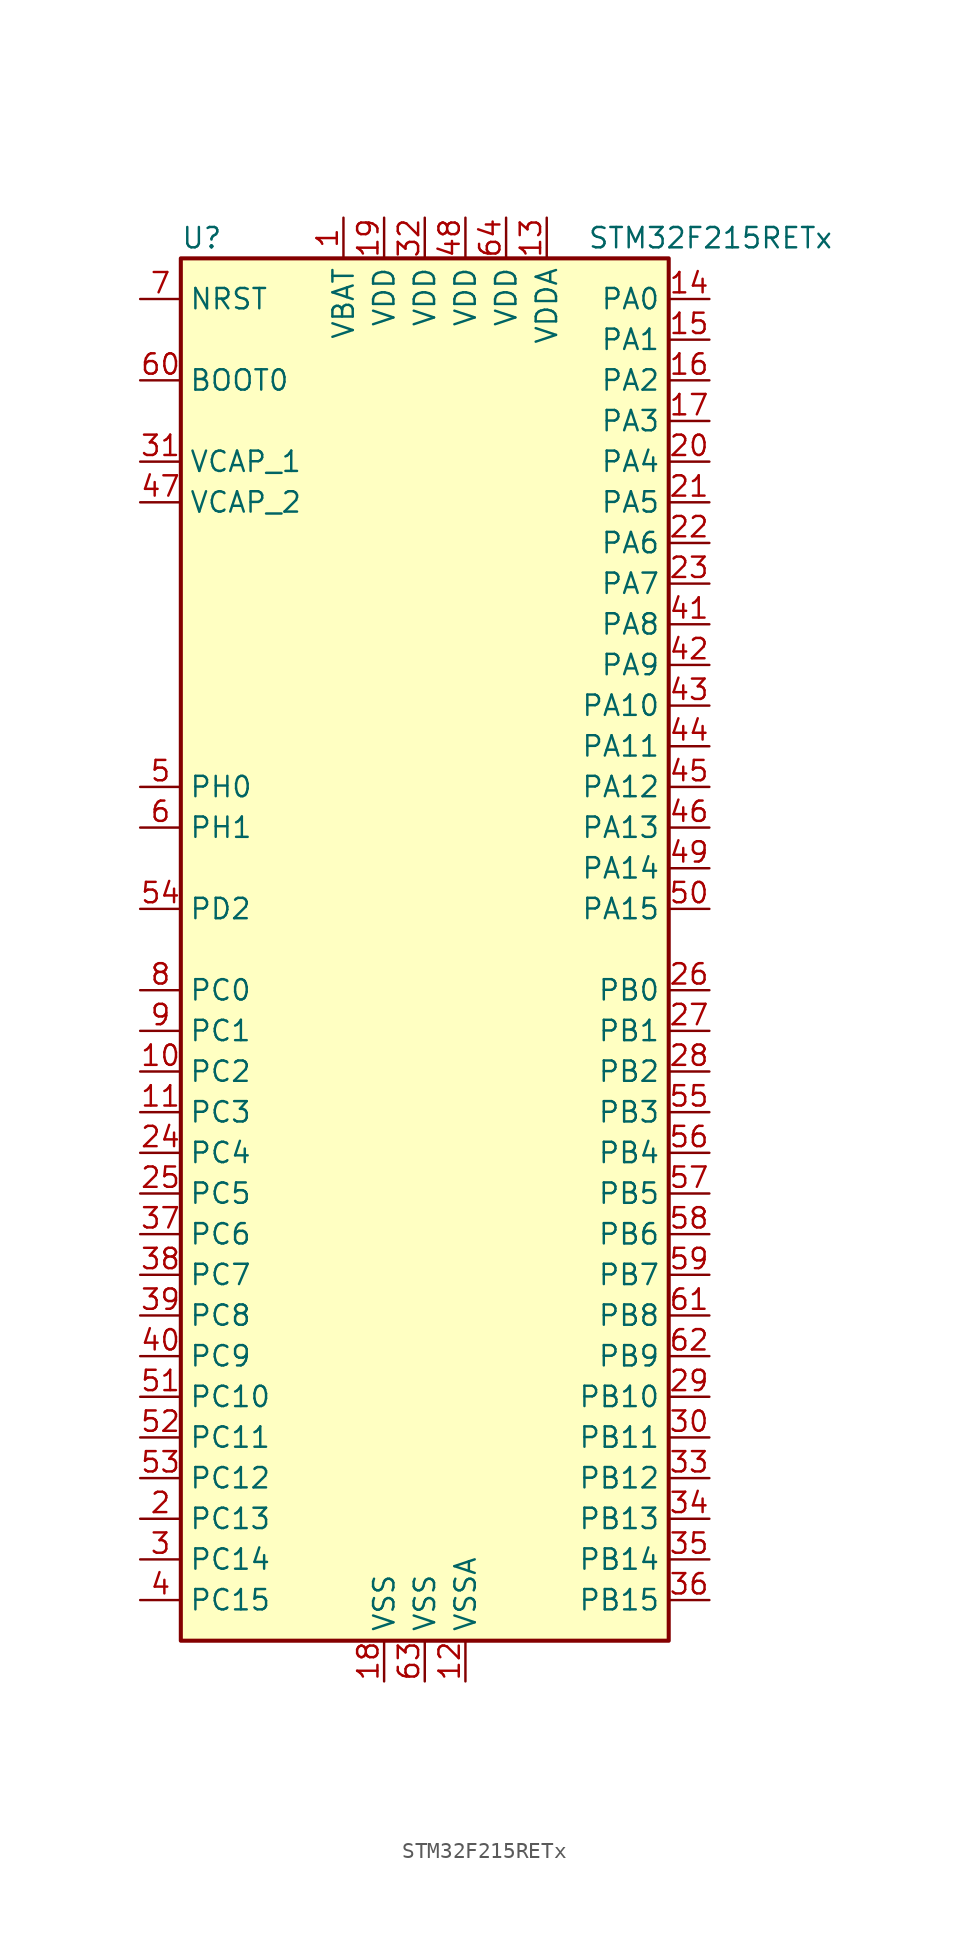
<source format=kicad_sym>
(kicad_symbol_lib
  (version 20201005)
  (generator kicad_symbol_editor)
  (symbol "STM32F215RETx"
    (property "Reference" "U"
      (at -15.24 44.45 0)
      (effects (font (size 1.27 1.27)) (justify left)))
    (property "Value" "STM32F215RETx"
      (at 10.16 44.45 0)
      (effects (font (size 1.27 1.27)) (justify left)))
    (symbol "STM32F215RETx_0_1"
      (rectangle (start -15.24 -43.18) (end 15.24 43.18) (stroke (width 0.254)) (fill (type background))))
    (symbol "STM32F215RETx_1_1"
      (pin power_in line (at -5.08 45.72 270) (length 2.54) (name "VBAT" (effects (font (size 1.27 1.27)))) (number "1" (effects (font (size 1.27 1.27)))))
      (pin bidirectional line (at -17.78 -7.62 0) (length 2.54) (name "PC2" (effects (font (size 1.27 1.27)))) (number "10" (effects (font (size 1.27 1.27)))))
      (pin bidirectional line (at -17.78 -10.16 0) (length 2.54) (name "PC3" (effects (font (size 1.27 1.27)))) (number "11" (effects (font (size 1.27 1.27)))))
      (pin power_in line (at 2.54 -45.72 90) (length 2.54) (name "VSSA" (effects (font (size 1.27 1.27)))) (number "12" (effects (font (size 1.27 1.27)))))
      (pin power_in line (at 7.62 45.72 270) (length 2.54) (name "VDDA" (effects (font (size 1.27 1.27)))) (number "13" (effects (font (size 1.27 1.27)))))
      (pin bidirectional line (at 17.78 40.64 180) (length 2.54) (name "PA0" (effects (font (size 1.27 1.27)))) (number "14" (effects (font (size 1.27 1.27)))))
      (pin bidirectional line (at 17.78 38.1 180) (length 2.54) (name "PA1" (effects (font (size 1.27 1.27)))) (number "15" (effects (font (size 1.27 1.27)))))
      (pin bidirectional line (at 17.78 35.56 180) (length 2.54) (name "PA2" (effects (font (size 1.27 1.27)))) (number "16" (effects (font (size 1.27 1.27)))))
      (pin bidirectional line (at 17.78 33.02 180) (length 2.54) (name "PA3" (effects (font (size 1.27 1.27)))) (number "17" (effects (font (size 1.27 1.27)))))
      (pin power_in line (at -2.54 -45.72 90) (length 2.54) (name "VSS" (effects (font (size 1.27 1.27)))) (number "18" (effects (font (size 1.27 1.27)))))
      (pin power_in line (at -2.54 45.72 270) (length 2.54) (name "VDD" (effects (font (size 1.27 1.27)))) (number "19" (effects (font (size 1.27 1.27)))))
      (pin bidirectional line (at -17.78 -35.56 0) (length 2.54) (name "PC13" (effects (font (size 1.27 1.27)))) (number "2" (effects (font (size 1.27 1.27)))))
      (pin bidirectional line (at 17.78 30.48 180) (length 2.54) (name "PA4" (effects (font (size 1.27 1.27)))) (number "20" (effects (font (size 1.27 1.27)))))
      (pin bidirectional line (at 17.78 27.94 180) (length 2.54) (name "PA5" (effects (font (size 1.27 1.27)))) (number "21" (effects (font (size 1.27 1.27)))))
      (pin bidirectional line (at 17.78 25.4 180) (length 2.54) (name "PA6" (effects (font (size 1.27 1.27)))) (number "22" (effects (font (size 1.27 1.27)))))
      (pin bidirectional line (at 17.78 22.86 180) (length 2.54) (name "PA7" (effects (font (size 1.27 1.27)))) (number "23" (effects (font (size 1.27 1.27)))))
      (pin bidirectional line (at -17.78 -12.7 0) (length 2.54) (name "PC4" (effects (font (size 1.27 1.27)))) (number "24" (effects (font (size 1.27 1.27)))))
      (pin bidirectional line (at -17.78 -15.24 0) (length 2.54) (name "PC5" (effects (font (size 1.27 1.27)))) (number "25" (effects (font (size 1.27 1.27)))))
      (pin bidirectional line (at 17.78 -2.54 180) (length 2.54) (name "PB0" (effects (font (size 1.27 1.27)))) (number "26" (effects (font (size 1.27 1.27)))))
      (pin bidirectional line (at 17.78 -5.08 180) (length 2.54) (name "PB1" (effects (font (size 1.27 1.27)))) (number "27" (effects (font (size 1.27 1.27)))))
      (pin bidirectional line (at 17.78 -7.62 180) (length 2.54) (name "PB2" (effects (font (size 1.27 1.27)))) (number "28" (effects (font (size 1.27 1.27)))))
      (pin bidirectional line (at 17.78 -27.94 180) (length 2.54) (name "PB10" (effects (font (size 1.27 1.27)))) (number "29" (effects (font (size 1.27 1.27)))))
      (pin bidirectional line (at -17.78 -38.1 0) (length 2.54) (name "PC14" (effects (font (size 1.27 1.27)))) (number "3" (effects (font (size 1.27 1.27)))))
      (pin bidirectional line (at 17.78 -30.48 180) (length 2.54) (name "PB11" (effects (font (size 1.27 1.27)))) (number "30" (effects (font (size 1.27 1.27)))))
      (pin power_in line (at -17.78 30.48 0) (length 2.54) (name "VCAP_1" (effects (font (size 1.27 1.27)))) (number "31" (effects (font (size 1.27 1.27)))))
      (pin power_in line (at 0 45.72 270) (length 2.54) (name "VDD" (effects (font (size 1.27 1.27)))) (number "32" (effects (font (size 1.27 1.27)))))
      (pin bidirectional line (at 17.78 -33.02 180) (length 2.54) (name "PB12" (effects (font (size 1.27 1.27)))) (number "33" (effects (font (size 1.27 1.27)))))
      (pin bidirectional line (at 17.78 -35.56 180) (length 2.54) (name "PB13" (effects (font (size 1.27 1.27)))) (number "34" (effects (font (size 1.27 1.27)))))
      (pin bidirectional line (at 17.78 -38.1 180) (length 2.54) (name "PB14" (effects (font (size 1.27 1.27)))) (number "35" (effects (font (size 1.27 1.27)))))
      (pin bidirectional line (at 17.78 -40.64 180) (length 2.54) (name "PB15" (effects (font (size 1.27 1.27)))) (number "36" (effects (font (size 1.27 1.27)))))
      (pin bidirectional line (at -17.78 -17.78 0) (length 2.54) (name "PC6" (effects (font (size 1.27 1.27)))) (number "37" (effects (font (size 1.27 1.27)))))
      (pin bidirectional line (at -17.78 -20.32 0) (length 2.54) (name "PC7" (effects (font (size 1.27 1.27)))) (number "38" (effects (font (size 1.27 1.27)))))
      (pin bidirectional line (at -17.78 -22.86 0) (length 2.54) (name "PC8" (effects (font (size 1.27 1.27)))) (number "39" (effects (font (size 1.27 1.27)))))
      (pin bidirectional line (at -17.78 -40.64 0) (length 2.54) (name "PC15" (effects (font (size 1.27 1.27)))) (number "4" (effects (font (size 1.27 1.27)))))
      (pin bidirectional line (at -17.78 -25.4 0) (length 2.54) (name "PC9" (effects (font (size 1.27 1.27)))) (number "40" (effects (font (size 1.27 1.27)))))
      (pin bidirectional line (at 17.78 20.32 180) (length 2.54) (name "PA8" (effects (font (size 1.27 1.27)))) (number "41" (effects (font (size 1.27 1.27)))))
      (pin bidirectional line (at 17.78 17.78 180) (length 2.54) (name "PA9" (effects (font (size 1.27 1.27)))) (number "42" (effects (font (size 1.27 1.27)))))
      (pin bidirectional line (at 17.78 15.24 180) (length 2.54) (name "PA10" (effects (font (size 1.27 1.27)))) (number "43" (effects (font (size 1.27 1.27)))))
      (pin bidirectional line (at 17.78 12.7 180) (length 2.54) (name "PA11" (effects (font (size 1.27 1.27)))) (number "44" (effects (font (size 1.27 1.27)))))
      (pin bidirectional line (at 17.78 10.16 180) (length 2.54) (name "PA12" (effects (font (size 1.27 1.27)))) (number "45" (effects (font (size 1.27 1.27)))))
      (pin bidirectional line (at 17.78 7.62 180) (length 2.54) (name "PA13" (effects (font (size 1.27 1.27)))) (number "46" (effects (font (size 1.27 1.27)))))
      (pin power_in line (at -17.78 27.94 0) (length 2.54) (name "VCAP_2" (effects (font (size 1.27 1.27)))) (number "47" (effects (font (size 1.27 1.27)))))
      (pin power_in line (at 2.54 45.72 270) (length 2.54) (name "VDD" (effects (font (size 1.27 1.27)))) (number "48" (effects (font (size 1.27 1.27)))))
      (pin bidirectional line (at 17.78 5.08 180) (length 2.54) (name "PA14" (effects (font (size 1.27 1.27)))) (number "49" (effects (font (size 1.27 1.27)))))
      (pin input line (at -17.78 10.16 0) (length 2.54) (name "PH0" (effects (font (size 1.27 1.27)))) (number "5" (effects (font (size 1.27 1.27)))))
      (pin bidirectional line (at 17.78 2.54 180) (length 2.54) (name "PA15" (effects (font (size 1.27 1.27)))) (number "50" (effects (font (size 1.27 1.27)))))
      (pin bidirectional line (at -17.78 -27.94 0) (length 2.54) (name "PC10" (effects (font (size 1.27 1.27)))) (number "51" (effects (font (size 1.27 1.27)))))
      (pin bidirectional line (at -17.78 -30.48 0) (length 2.54) (name "PC11" (effects (font (size 1.27 1.27)))) (number "52" (effects (font (size 1.27 1.27)))))
      (pin bidirectional line (at -17.78 -33.02 0) (length 2.54) (name "PC12" (effects (font (size 1.27 1.27)))) (number "53" (effects (font (size 1.27 1.27)))))
      (pin bidirectional line (at -17.78 2.54 0) (length 2.54) (name "PD2" (effects (font (size 1.27 1.27)))) (number "54" (effects (font (size 1.27 1.27)))))
      (pin bidirectional line (at 17.78 -10.16 180) (length 2.54) (name "PB3" (effects (font (size 1.27 1.27)))) (number "55" (effects (font (size 1.27 1.27)))))
      (pin bidirectional line (at 17.78 -12.7 180) (length 2.54) (name "PB4" (effects (font (size 1.27 1.27)))) (number "56" (effects (font (size 1.27 1.27)))))
      (pin bidirectional line (at 17.78 -15.24 180) (length 2.54) (name "PB5" (effects (font (size 1.27 1.27)))) (number "57" (effects (font (size 1.27 1.27)))))
      (pin bidirectional line (at 17.78 -17.78 180) (length 2.54) (name "PB6" (effects (font (size 1.27 1.27)))) (number "58" (effects (font (size 1.27 1.27)))))
      (pin bidirectional line (at 17.78 -20.32 180) (length 2.54) (name "PB7" (effects (font (size 1.27 1.27)))) (number "59" (effects (font (size 1.27 1.27)))))
      (pin input line (at -17.78 7.62 0) (length 2.54) (name "PH1" (effects (font (size 1.27 1.27)))) (number "6" (effects (font (size 1.27 1.27)))))
      (pin input line (at -17.78 35.56 0) (length 2.54) (name "BOOT0" (effects (font (size 1.27 1.27)))) (number "60" (effects (font (size 1.27 1.27)))))
      (pin bidirectional line (at 17.78 -22.86 180) (length 2.54) (name "PB8" (effects (font (size 1.27 1.27)))) (number "61" (effects (font (size 1.27 1.27)))))
      (pin bidirectional line (at 17.78 -25.4 180) (length 2.54) (name "PB9" (effects (font (size 1.27 1.27)))) (number "62" (effects (font (size 1.27 1.27)))))
      (pin power_in line (at 0 -45.72 90) (length 2.54) (name "VSS" (effects (font (size 1.27 1.27)))) (number "63" (effects (font (size 1.27 1.27)))))
      (pin power_in line (at 5.08 45.72 270) (length 2.54) (name "VDD" (effects (font (size 1.27 1.27)))) (number "64" (effects (font (size 1.27 1.27)))))
      (pin input line (at -17.78 40.64 0) (length 2.54) (name "NRST" (effects (font (size 1.27 1.27)))) (number "7" (effects (font (size 1.27 1.27)))))
      (pin bidirectional line (at -17.78 -2.54 0) (length 2.54) (name "PC0" (effects (font (size 1.27 1.27)))) (number "8" (effects (font (size 1.27 1.27)))))
      (pin bidirectional line (at -17.78 -5.08 0) (length 2.54) (name "PC1" (effects (font (size 1.27 1.27)))) (number "9" (effects (font (size 1.27 1.27))))))))
</source>
